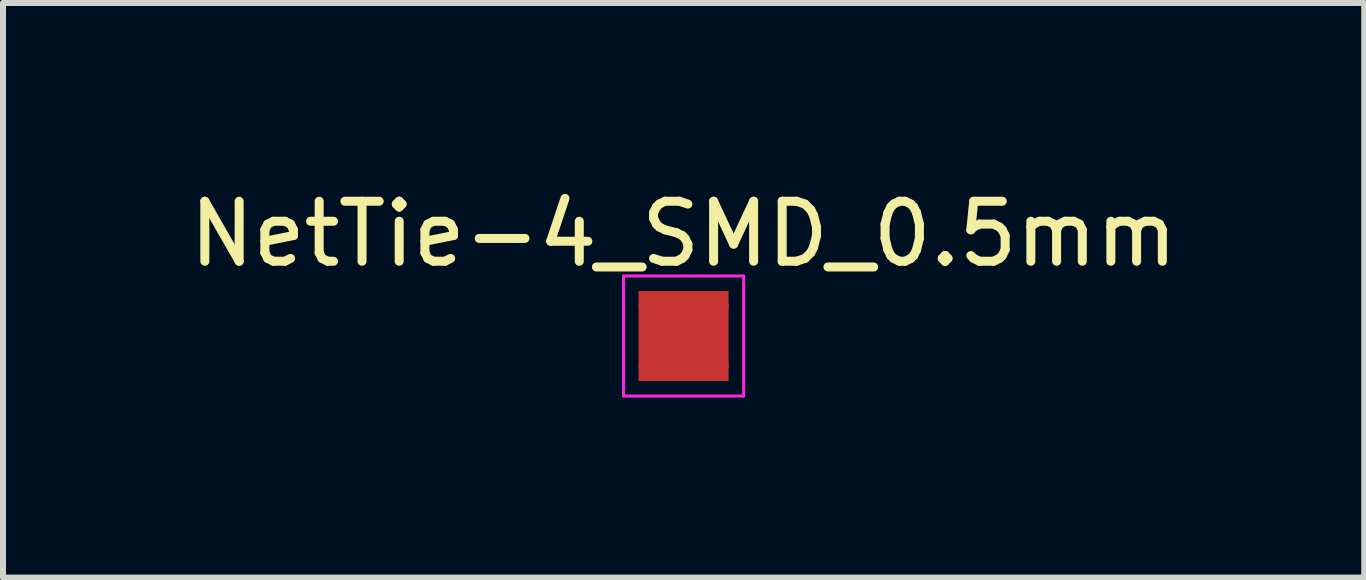
<source format=kicad_pcb>
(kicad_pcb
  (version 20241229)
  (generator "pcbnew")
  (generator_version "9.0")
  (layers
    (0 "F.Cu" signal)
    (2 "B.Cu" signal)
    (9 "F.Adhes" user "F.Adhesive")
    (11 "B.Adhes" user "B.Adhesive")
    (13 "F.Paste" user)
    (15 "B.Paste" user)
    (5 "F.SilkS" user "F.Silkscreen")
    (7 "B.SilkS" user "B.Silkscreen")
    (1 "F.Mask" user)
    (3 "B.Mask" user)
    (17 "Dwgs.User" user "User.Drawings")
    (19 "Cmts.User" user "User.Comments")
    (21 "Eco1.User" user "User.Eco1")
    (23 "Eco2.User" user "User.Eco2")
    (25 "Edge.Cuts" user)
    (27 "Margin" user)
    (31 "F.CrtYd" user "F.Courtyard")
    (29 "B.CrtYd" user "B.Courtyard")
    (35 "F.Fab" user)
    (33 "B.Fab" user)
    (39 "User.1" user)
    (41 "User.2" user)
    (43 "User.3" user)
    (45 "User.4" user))
  (footprint "NetTie-4_SMD_0.5mm"
    (layer "F.Cu")
    (at 8.339 2.548)
    (property "Reference" "NetTie-4_SMD_0.5mm" (at 0 -1.7 0) (layer "F.SilkS") (effects (font (size 1 1) (thickness 0.15))))
    (attr exclude_from_pos_files exclude_from_bom)
    (fp_poly (pts (xy -0.75 -0.75) (xy 0.75 -0.75) (xy 0.75 0.75) (xy -0.75 0.75)) (stroke (width 0) (type solid)) (fill yes) (layer "F.Cu"))
    (fp_line (start -1 -1) (end -1 1) (stroke (width 0.05) (type solid)) (layer "F.CrtYd"))
    (fp_line (start -1 1) (end 1 1) (stroke (width 0.05) (type solid)) (layer "F.CrtYd"))
    (fp_line (start 1 -1) (end -1 -1) (stroke (width 0.05) (type solid)) (layer "F.CrtYd"))
    (fp_line (start 1 1) (end 1 -1) (stroke (width 0.05) (type solid)) (layer "F.CrtYd"))
    (pad "1" smd circle (at -0.5 -0.5) (size 0.5 0.5) (layers "F.Cu"))
    (pad "2" smd circle (at 0.5 -0.5) (size 0.5 0.5) (layers "F.Cu"))
    (pad "3" smd circle (at -0.5 0.5) (size 0.5 0.5) (layers "F.Cu"))
    (pad "4" smd circle (at 0.5 0.5) (size 0.5 0.5) (layers "F.Cu")))
  (gr_rect
    (start -3 -3)
    (end 19.679 6.573)
    (stroke (width 0.1) (type default))
    (fill no)
    (layer "Edge.Cuts")))
</source>
